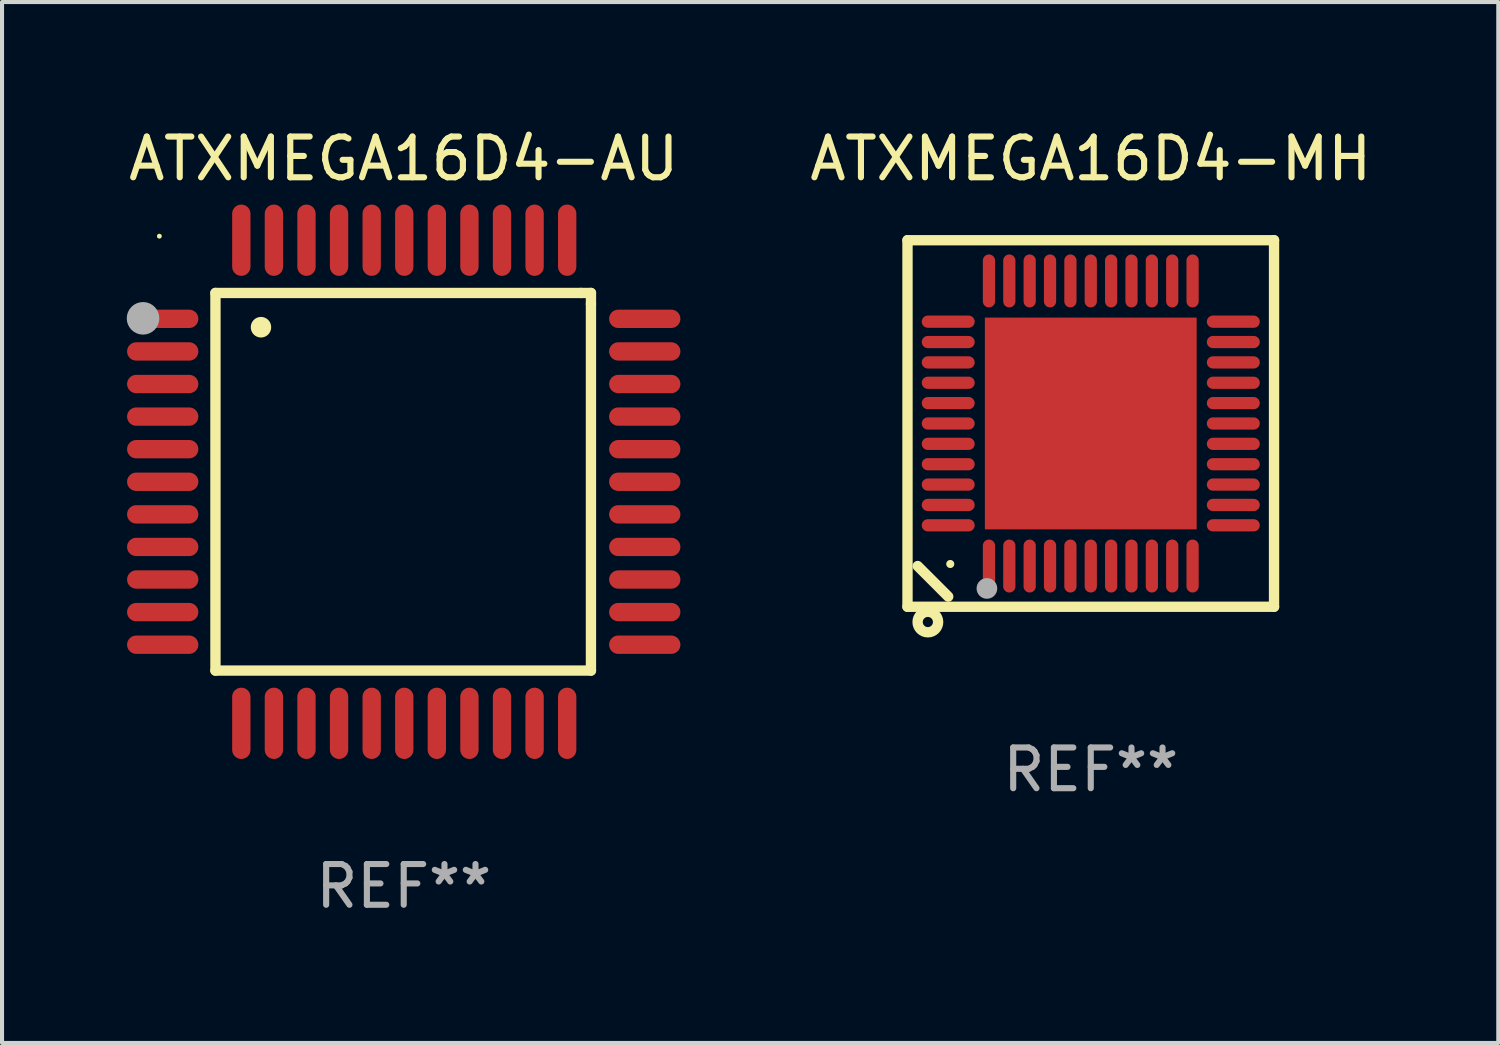
<source format=kicad_pcb>
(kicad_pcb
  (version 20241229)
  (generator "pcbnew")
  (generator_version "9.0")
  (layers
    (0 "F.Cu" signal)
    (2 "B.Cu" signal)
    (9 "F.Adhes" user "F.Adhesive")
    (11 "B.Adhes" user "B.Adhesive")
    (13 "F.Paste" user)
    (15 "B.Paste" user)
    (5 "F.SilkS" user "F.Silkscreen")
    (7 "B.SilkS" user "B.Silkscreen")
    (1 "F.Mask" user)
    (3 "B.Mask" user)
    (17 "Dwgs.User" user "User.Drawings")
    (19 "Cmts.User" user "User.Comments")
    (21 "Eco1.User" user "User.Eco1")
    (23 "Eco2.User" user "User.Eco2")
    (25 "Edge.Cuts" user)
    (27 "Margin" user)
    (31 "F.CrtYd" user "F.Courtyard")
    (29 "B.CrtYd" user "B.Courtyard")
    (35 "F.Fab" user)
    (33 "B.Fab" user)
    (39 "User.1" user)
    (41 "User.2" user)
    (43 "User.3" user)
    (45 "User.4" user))
  (footprint "ATXMEGA16D4-MH"
    (layer "F.Cu")
    (at 23.732 7.348)
    (property "Reference" "ATXMEGA16D4-MH" (at 0 -6.5 0) (layer "F.SilkS") (effects (font (size 1 1) (thickness 0.15))))
    (attr through_hole)
    (fp_line (start -4.5 -4.5) (end -4.5 4.5) (stroke (width 0.254) (type solid)) (layer "F.SilkS"))
    (fp_line (start -4.5 4.5) (end 4.5 4.5) (stroke (width 0.254) (type solid)) (layer "F.SilkS"))
    (fp_line (start -3.5 4.25) (end -4.25 3.5) (stroke (width 0.254) (type solid)) (layer "F.SilkS"))
    (fp_line (start 4.5 -4.5) (end -4.5 -4.5) (stroke (width 0.254) (type solid)) (layer "F.SilkS"))
    (fp_line (start 4.5 4.5) (end 4.5 -4.5) (stroke (width 0.254) (type solid)) (layer "F.SilkS"))
    (fp_circle (center -4 4.875) (end -3.875 4.875) (stroke (width 0.254) (type solid)) (fill no) (layer "F.SilkS"))
    (fp_circle (center -3.45 3.45) (end -3.4 3.45) (stroke (width 0.1) (type solid)) (fill no) (layer "F.SilkS"))
    (fp_circle (center -2.55 4.05) (end -2.423 4.05) (stroke (width 0.254) (type solid)) (fill no) (layer "F.Fab"))
    (fp_text user "REF**" (at 0 8.5 0) (layer "F.Fab") (effects (font (size 1 1) (thickness 0.15))))
    (pad "1" smd oval (at -2.5 3.5 90) (size 1.3 0.3) (layers "F.Cu" "F.Mask" "F.Paste"))
    (pad "2" smd oval (at -2 3.5 90) (size 1.3 0.3) (layers "F.Cu" "F.Mask" "F.Paste"))
    (pad "3" smd oval (at -1.5 3.5 90) (size 1.3 0.3) (layers "F.Cu" "F.Mask" "F.Paste"))
    (pad "4" smd oval (at -1 3.5 90) (size 1.3 0.3) (layers "F.Cu" "F.Mask" "F.Paste"))
    (pad "5" smd oval (at -0.5 3.5 90) (size 1.3 0.3) (layers "F.Cu" "F.Mask" "F.Paste"))
    (pad "6" smd oval (at 0.000025 3.5 90) (size 1.3 0.3) (layers "F.Cu" "F.Mask" "F.Paste"))
    (pad "7" smd oval (at 0.5 3.5 90) (size 1.3 0.3) (layers "F.Cu" "F.Mask" "F.Paste"))
    (pad "8" smd oval (at 1 3.5 90) (size 1.3 0.3) (layers "F.Cu" "F.Mask" "F.Paste"))
    (pad "9" smd oval (at 1.5 3.5 90) (size 1.3 0.3) (layers "F.Cu" "F.Mask" "F.Paste"))
    (pad "10" smd oval (at 2 3.5 90) (size 1.3 0.3) (layers "F.Cu" "F.Mask" "F.Paste"))
    (pad "11" smd oval (at 2.5 3.5 90) (size 1.3 0.3) (layers "F.Cu" "F.Mask" "F.Paste"))
    (pad "12" smd oval (at 3.5 2.5 90) (size 0.3 1.3) (layers "F.Cu" "F.Mask" "F.Paste"))
    (pad "13" smd oval (at 3.5 2 90) (size 0.3 1.3) (layers "F.Cu" "F.Mask" "F.Paste"))
    (pad "14" smd oval (at 3.5 1.5 90) (size 0.3 1.3) (layers "F.Cu" "F.Mask" "F.Paste"))
    (pad "15" smd oval (at 3.5 1 90) (size 0.3 1.3) (layers "F.Cu" "F.Mask" "F.Paste"))
    (pad "16" smd oval (at 3.5 0.5 90) (size 0.3 1.3) (layers "F.Cu" "F.Mask" "F.Paste"))
    (pad "17" smd oval (at 3.5 0.000025 90) (size 0.3 1.3) (layers "F.Cu" "F.Mask" "F.Paste"))
    (pad "18" smd oval (at 3.5 -0.5 90) (size 0.3 1.3) (layers "F.Cu" "F.Mask" "F.Paste"))
    (pad "19" smd oval (at 3.5 -1 90) (size 0.3 1.3) (layers "F.Cu" "F.Mask" "F.Paste"))
    (pad "20" smd oval (at 3.5 -1.5 90) (size 0.3 1.3) (layers "F.Cu" "F.Mask" "F.Paste"))
    (pad "21" smd oval (at 3.5 -2 90) (size 0.3 1.3) (layers "F.Cu" "F.Mask" "F.Paste"))
    (pad "22" smd oval (at 3.5 -2.5 90) (size 0.3 1.3) (layers "F.Cu" "F.Mask" "F.Paste"))
    (pad "23" smd oval (at 2.5 -3.5 90) (size 1.3 0.3) (layers "F.Cu" "F.Mask" "F.Paste"))
    (pad "24" smd oval (at 2 -3.5 90) (size 1.3 0.3) (layers "F.Cu" "F.Mask" "F.Paste"))
    (pad "25" smd oval (at 1.5 -3.5 90) (size 1.3 0.3) (layers "F.Cu" "F.Mask" "F.Paste"))
    (pad "26" smd oval (at 1 -3.5 90) (size 1.3 0.3) (layers "F.Cu" "F.Mask" "F.Paste"))
    (pad "27" smd oval (at 0.5 -3.5 90) (size 1.3 0.3) (layers "F.Cu" "F.Mask" "F.Paste"))
    (pad "28" smd oval (at 0.000025 -3.5 90) (size 1.3 0.3) (layers "F.Cu" "F.Mask" "F.Paste"))
    (pad "29" smd oval (at -0.5 -3.5 90) (size 1.3 0.3) (layers "F.Cu" "F.Mask" "F.Paste"))
    (pad "30" smd oval (at -1 -3.5 90) (size 1.3 0.3) (layers "F.Cu" "F.Mask" "F.Paste"))
    (pad "31" smd oval (at -1.5 -3.5 90) (size 1.3 0.3) (layers "F.Cu" "F.Mask" "F.Paste"))
    (pad "32" smd oval (at -2 -3.5 90) (size 1.3 0.3) (layers "F.Cu" "F.Mask" "F.Paste"))
    (pad "33" smd oval (at -2.5 -3.5 90) (size 1.3 0.3) (layers "F.Cu" "F.Mask" "F.Paste"))
    (pad "34" smd oval (at -3.5 -2.5 90) (size 0.3 1.3) (layers "F.Cu" "F.Mask" "F.Paste"))
    (pad "35" smd oval (at -3.5 -2 90) (size 0.3 1.3) (layers "F.Cu" "F.Mask" "F.Paste"))
    (pad "36" smd oval (at -3.5 -1.5 90) (size 0.3 1.3) (layers "F.Cu" "F.Mask" "F.Paste"))
    (pad "37" smd oval (at -3.5 -1 90) (size 0.3 1.3) (layers "F.Cu" "F.Mask" "F.Paste"))
    (pad "38" smd oval (at -3.5 -0.5 90) (size 0.3 1.3) (layers "F.Cu" "F.Mask" "F.Paste"))
    (pad "39" smd oval (at -3.5 0.000025 90) (size 0.3 1.3) (layers "F.Cu" "F.Mask" "F.Paste"))
    (pad "40" smd oval (at -3.5 0.5 90) (size 0.3 1.3) (layers "F.Cu" "F.Mask" "F.Paste"))
    (pad "41" smd oval (at -3.5 1 90) (size 0.3 1.3) (layers "F.Cu" "F.Mask" "F.Paste"))
    (pad "42" smd oval (at -3.5 1.5 90) (size 0.3 1.3) (layers "F.Cu" "F.Mask" "F.Paste"))
    (pad "43" smd oval (at -3.5 2 90) (size 0.3 1.3) (layers "F.Cu" "F.Mask" "F.Paste"))
    (pad "44" smd oval (at -3.5 2.5 90) (size 0.3 1.3) (layers "F.Cu" "F.Mask" "F.Paste"))
    (pad "45" smd rect (at 0.000025 0.000025 90) (size 5.2 5.2) (layers "F.Cu" "F.Mask" "F.Paste")))
  (footprint "ATXMEGA16D4-AU"
    (layer "F.Cu")
    (at 6.863 8.779)
    (property "Reference" "ATXMEGA16D4-AU" (at 0 -7.931 0) (layer "F.SilkS") (effects (font (size 1 1) (thickness 0.15))))
    (attr through_hole)
    (fp_line (start -4.623 -4.636) (end 4.35 -4.636) (stroke (width 0.254) (type solid)) (layer "F.SilkS"))
    (fp_line (start -4.623 4.636) (end -4.623 -4.636) (stroke (width 0.254) (type solid)) (layer "F.SilkS"))
    (fp_line (start 4.35 -4.636) (end 4.597 -4.636) (stroke (width 0.254) (type solid)) (layer "F.SilkS"))
    (fp_line (start 4.597 -4.636) (end 4.597 -4.363) (stroke (width 0.254) (type solid)) (layer "F.SilkS"))
    (fp_line (start 4.597 -4.363) (end 4.597 4.636) (stroke (width 0.254) (type solid)) (layer "F.SilkS"))
    (fp_line (start 4.597 4.636) (end -4.623 4.636) (stroke (width 0.254) (type solid)) (layer "F.SilkS"))
    (fp_arc (start -3.505207 -3.792228) (mid -3.50522 -3.794768) (end -3.505207 -3.797308) (stroke (width 0.5) (type solid)) (layer "F.SilkS"))
    (fp_circle (center -6 -6.03) (end -5.97 -6.03) (stroke (width 0.06) (type solid)) (fill no) (layer "F.SilkS"))
    (fp_circle (center -6.401 -4.013) (end -6.201 -4.013) (stroke (width 0.4) (type solid)) (fill no) (layer "F.Fab"))
    (fp_text user "REF**" (at 0 9.931 0) (layer "F.Fab") (effects (font (size 1 1) (thickness 0.15))))
    (pad "1" smd oval (at -5.918 -4.001 90) (size 0.45 1.75) (layers "F.Cu" "F.Mask" "F.Paste"))
    (pad "2" smd oval (at -5.918 -3.2 90) (size 0.45 1.75) (layers "F.Cu" "F.Mask" "F.Paste"))
    (pad "3" smd oval (at -5.918 -2.4 90) (size 0.45 1.75) (layers "F.Cu" "F.Mask" "F.Paste"))
    (pad "4" smd oval (at -5.918 -1.6 90) (size 0.45 1.75) (layers "F.Cu" "F.Mask" "F.Paste"))
    (pad "5" smd oval (at -5.918 -0.8 90) (size 0.45 1.75) (layers "F.Cu" "F.Mask" "F.Paste"))
    (pad "6" smd oval (at -5.918 0 90) (size 0.45 1.75) (layers "F.Cu" "F.Mask" "F.Paste"))
    (pad "7" smd oval (at -5.918 0.8 90) (size 0.45 1.75) (layers "F.Cu" "F.Mask" "F.Paste"))
    (pad "8" smd oval (at -5.918 1.6 90) (size 0.45 1.75) (layers "F.Cu" "F.Mask" "F.Paste"))
    (pad "9" smd oval (at -5.918 2.4 90) (size 0.45 1.75) (layers "F.Cu" "F.Mask" "F.Paste"))
    (pad "10" smd oval (at -5.918 3.2 90) (size 0.45 1.75) (layers "F.Cu" "F.Mask" "F.Paste"))
    (pad "11" smd oval (at -5.918 4.001 90) (size 0.45 1.75) (layers "F.Cu" "F.Mask" "F.Paste"))
    (pad "12" smd oval (at -3.988 5.931) (size 0.45 1.75) (layers "F.Cu" "F.Mask" "F.Paste"))
    (pad "13" smd oval (at -3.188 5.931) (size 0.45 1.75) (layers "F.Cu" "F.Mask" "F.Paste"))
    (pad "14" smd oval (at -2.388 5.931) (size 0.45 1.75) (layers "F.Cu" "F.Mask" "F.Paste"))
    (pad "15" smd oval (at -1.588 5.931) (size 0.45 1.75) (layers "F.Cu" "F.Mask" "F.Paste"))
    (pad "16" smd oval (at -0.787 5.931) (size 0.45 1.75) (layers "F.Cu" "F.Mask" "F.Paste"))
    (pad "17" smd oval (at 0.013 5.931) (size 0.45 1.75) (layers "F.Cu" "F.Mask" "F.Paste"))
    (pad "18" smd oval (at 0.813 5.931) (size 0.45 1.75) (layers "F.Cu" "F.Mask" "F.Paste"))
    (pad "19" smd oval (at 1.613 5.931) (size 0.45 1.75) (layers "F.Cu" "F.Mask" "F.Paste"))
    (pad "20" smd oval (at 2.413 5.931) (size 0.45 1.75) (layers "F.Cu" "F.Mask" "F.Paste"))
    (pad "21" smd oval (at 3.213 5.931) (size 0.45 1.75) (layers "F.Cu" "F.Mask" "F.Paste"))
    (pad "22" smd oval (at 4.013 5.931) (size 0.45 1.75) (layers "F.Cu" "F.Mask" "F.Paste"))
    (pad "23" smd oval (at 5.918 4.001 90) (size 0.45 1.75) (layers "F.Cu" "F.Mask" "F.Paste"))
    (pad "24" smd oval (at 5.918 3.2 90) (size 0.45 1.75) (layers "F.Cu" "F.Mask" "F.Paste"))
    (pad "25" smd oval (at 5.918 2.4 90) (size 0.45 1.75) (layers "F.Cu" "F.Mask" "F.Paste"))
    (pad "26" smd oval (at 5.918 1.6 90) (size 0.45 1.75) (layers "F.Cu" "F.Mask" "F.Paste"))
    (pad "27" smd oval (at 5.918 0.8 90) (size 0.45 1.75) (layers "F.Cu" "F.Mask" "F.Paste"))
    (pad "28" smd oval (at 5.918 0 90) (size 0.45 1.75) (layers "F.Cu" "F.Mask" "F.Paste"))
    (pad "29" smd oval (at 5.918 -0.8 90) (size 0.45 1.75) (layers "F.Cu" "F.Mask" "F.Paste"))
    (pad "30" smd oval (at 5.918 -1.6 90) (size 0.45 1.75) (layers "F.Cu" "F.Mask" "F.Paste"))
    (pad "31" smd oval (at 5.918 -2.4 90) (size 0.45 1.75) (layers "F.Cu" "F.Mask" "F.Paste"))
    (pad "32" smd oval (at 5.918 -3.2 90) (size 0.45 1.75) (layers "F.Cu" "F.Mask" "F.Paste"))
    (pad "33" smd oval (at 5.918 -4.001 90) (size 0.45 1.75) (layers "F.Cu" "F.Mask" "F.Paste"))
    (pad "34" smd oval (at 4.013 -5.931) (size 0.45 1.75) (layers "F.Cu" "F.Mask" "F.Paste"))
    (pad "35" smd oval (at 3.213 -5.931) (size 0.45 1.75) (layers "F.Cu" "F.Mask" "F.Paste"))
    (pad "36" smd oval (at 2.413 -5.931) (size 0.45 1.75) (layers "F.Cu" "F.Mask" "F.Paste"))
    (pad "37" smd oval (at 1.613 -5.931) (size 0.45 1.75) (layers "F.Cu" "F.Mask" "F.Paste"))
    (pad "38" smd oval (at 0.813 -5.931) (size 0.45 1.75) (layers "F.Cu" "F.Mask" "F.Paste"))
    (pad "39" smd oval (at 0.013 -5.931) (size 0.45 1.75) (layers "F.Cu" "F.Mask" "F.Paste"))
    (pad "40" smd oval (at -0.787 -5.931) (size 0.45 1.75) (layers "F.Cu" "F.Mask" "F.Paste"))
    (pad "41" smd oval (at -1.588 -5.931) (size 0.45 1.75) (layers "F.Cu" "F.Mask" "F.Paste"))
    (pad "42" smd oval (at -2.388 -5.931) (size 0.45 1.75) (layers "F.Cu" "F.Mask" "F.Paste"))
    (pad "43" smd oval (at -3.188 -5.931) (size 0.45 1.75) (layers "F.Cu" "F.Mask" "F.Paste"))
    (pad "44" smd oval (at -3.988 -5.931) (size 0.45 1.75) (layers "F.Cu" "F.Mask" "F.Paste")))
  (gr_rect
    (start -3 -3)
    (end 33.738 22.558)
    (stroke (width 0.1) (type default))
    (fill no)
    (layer "Edge.Cuts")))
</source>
